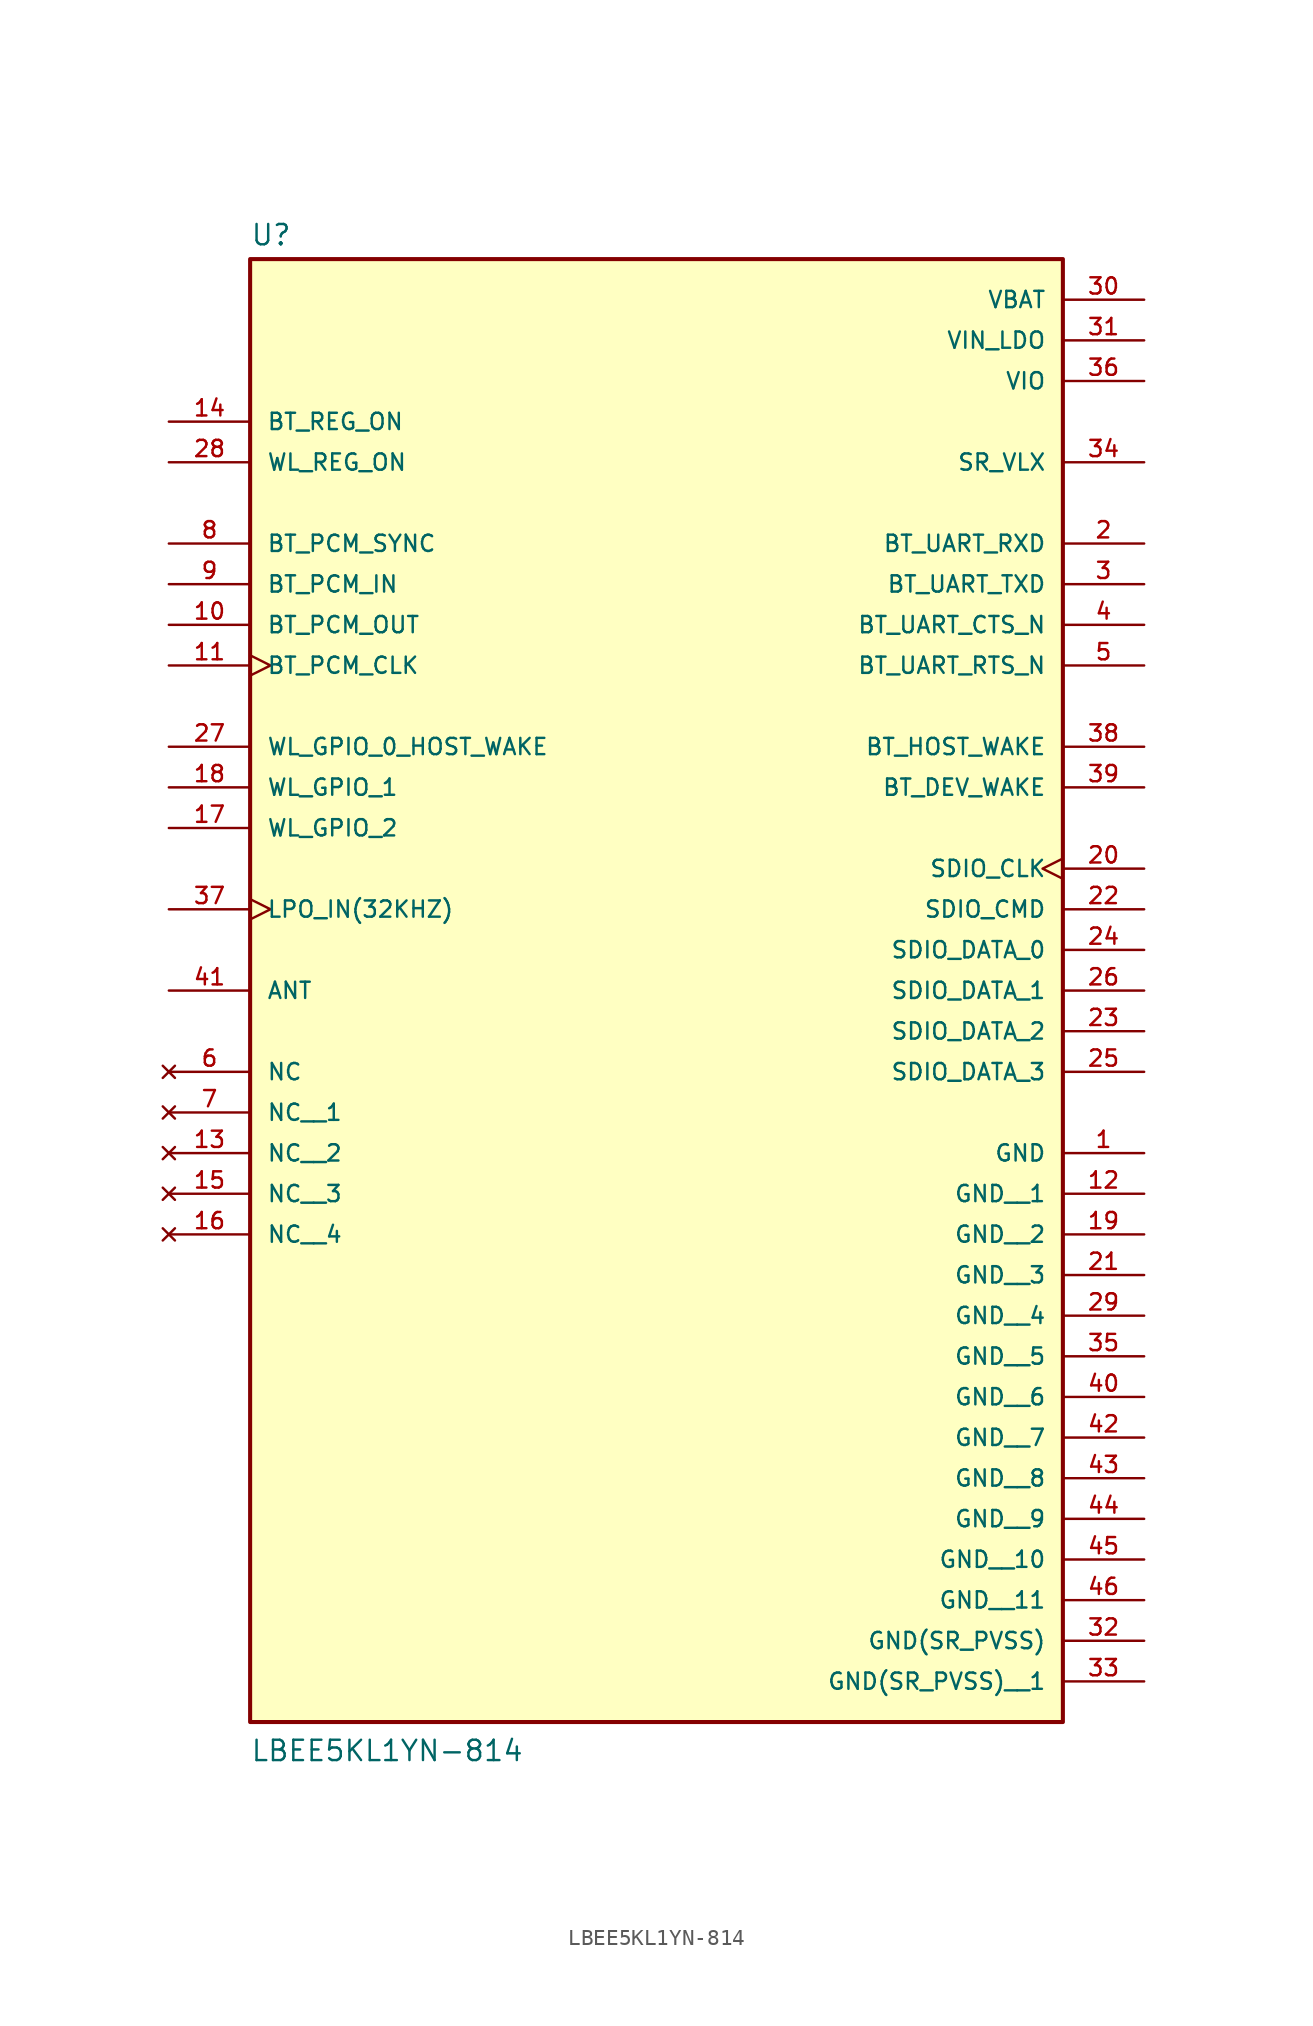
<source format=kicad_sym>
(kicad_symbol_lib
  (version 20211014)
  (generator kicad_symbol_editor)
  (symbol "LBEE5KL1YN-814"
    (pin_names
      (offset 1.016))
    (property "Reference" "U"
      (at -25.4 31.242 0)
      (effects (font (size 1.27 1.27)) (justify bottom left)))
    (property "Value" "LBEE5KL1YN-814"
      (at -25.4 -63.5 0)
      (effects (font (size 1.27 1.27)) (justify bottom left)))
    (symbol "LBEE5KL1YN-814_0_0"
      (rectangle (start -25.4 -60.96) (end 25.4 30.48) (stroke (width 0.254)) (fill (type background)))
      (pin power_in line (at 30.48 -25.4 180.0) (length 5.08) (name "GND" (effects (font (size 1.016 1.016)))) (number "1" (effects (font (size 1.016 1.016)))))
      (pin input line (at 30.48 12.7 180.0) (length 5.08) (name "BT_UART_RXD" (effects (font (size 1.016 1.016)))) (number "2" (effects (font (size 1.016 1.016)))))
      (pin output line (at 30.48 10.16 180.0) (length 5.08) (name "BT_UART_TXD" (effects (font (size 1.016 1.016)))) (number "3" (effects (font (size 1.016 1.016)))))
      (pin input line (at 30.48 7.62 180.0) (length 5.08) (name "BT_UART_CTS_N" (effects (font (size 1.016 1.016)))) (number "4" (effects (font (size 1.016 1.016)))))
      (pin no_connect line (at -30.48 -20.32 0) (length 5.08) (name "NC" (effects (font (size 1.016 1.016)))) (number "6" (effects (font (size 1.016 1.016)))))
      (pin output line (at 30.48 5.08 180.0) (length 5.08) (name "BT_UART_RTS_N" (effects (font (size 1.016 1.016)))) (number "5" (effects (font (size 1.016 1.016)))))
      (pin bidirectional line (at -30.48 12.7 0) (length 5.08) (name "BT_PCM_SYNC" (effects (font (size 1.016 1.016)))) (number "8" (effects (font (size 1.016 1.016)))))
      (pin input line (at -30.48 10.16 0) (length 5.08) (name "BT_PCM_IN" (effects (font (size 1.016 1.016)))) (number "9" (effects (font (size 1.016 1.016)))))
      (pin output line (at -30.48 7.62 0) (length 5.08) (name "BT_PCM_OUT" (effects (font (size 1.016 1.016)))) (number "10" (effects (font (size 1.016 1.016)))))
      (pin bidirectional clock (at -30.48 5.08 0) (length 5.08) (name "BT_PCM_CLK" (effects (font (size 1.016 1.016)))) (number "11" (effects (font (size 1.016 1.016)))))
      (pin input line (at -30.48 20.32 0) (length 5.08) (name "BT_REG_ON" (effects (font (size 1.016 1.016)))) (number "14" (effects (font (size 1.016 1.016)))))
      (pin bidirectional line (at -30.48 -5.08 0) (length 5.08) (name "WL_GPIO_2" (effects (font (size 1.016 1.016)))) (number "17" (effects (font (size 1.016 1.016)))))
      (pin bidirectional line (at -30.48 -2.54 0) (length 5.08) (name "WL_GPIO_1" (effects (font (size 1.016 1.016)))) (number "18" (effects (font (size 1.016 1.016)))))
      (pin input clock (at 30.48 -7.62 180.0) (length 5.08) (name "SDIO_CLK" (effects (font (size 1.016 1.016)))) (number "20" (effects (font (size 1.016 1.016)))))
      (pin bidirectional line (at 30.48 -17.78 180.0) (length 5.08) (name "SDIO_DATA_2" (effects (font (size 1.016 1.016)))) (number "23" (effects (font (size 1.016 1.016)))))
      (pin bidirectional line (at 30.48 -10.16 180.0) (length 5.08) (name "SDIO_CMD" (effects (font (size 1.016 1.016)))) (number "22" (effects (font (size 1.016 1.016)))))
      (pin bidirectional line (at 30.48 -12.7 180.0) (length 5.08) (name "SDIO_DATA_0" (effects (font (size 1.016 1.016)))) (number "24" (effects (font (size 1.016 1.016)))))
      (pin bidirectional line (at 30.48 -20.32 180.0) (length 5.08) (name "SDIO_DATA_3" (effects (font (size 1.016 1.016)))) (number "25" (effects (font (size 1.016 1.016)))))
      (pin bidirectional line (at 30.48 -15.24 180.0) (length 5.08) (name "SDIO_DATA_1" (effects (font (size 1.016 1.016)))) (number "26" (effects (font (size 1.016 1.016)))))
      (pin bidirectional line (at -30.48 0.0 0) (length 5.08) (name "WL_GPIO_0_HOST_WAKE" (effects (font (size 1.016 1.016)))) (number "27" (effects (font (size 1.016 1.016)))))
      (pin input line (at -30.48 17.78 0) (length 5.08) (name "WL_REG_ON" (effects (font (size 1.016 1.016)))) (number "28" (effects (font (size 1.016 1.016)))))
      (pin power_in line (at 30.48 27.94 180.0) (length 5.08) (name "VBAT" (effects (font (size 1.016 1.016)))) (number "30" (effects (font (size 1.016 1.016)))))
      (pin power_in line (at 30.48 25.4 180.0) (length 5.08) (name "VIN_LDO" (effects (font (size 1.016 1.016)))) (number "31" (effects (font (size 1.016 1.016)))))
      (pin power_in line (at 30.48 -55.88 180.0) (length 5.08) (name "GND(SR_PVSS)" (effects (font (size 1.016 1.016)))) (number "32" (effects (font (size 1.016 1.016)))))
      (pin power_in line (at 30.48 22.86 180.0) (length 5.08) (name "VIO" (effects (font (size 1.016 1.016)))) (number "36" (effects (font (size 1.016 1.016)))))
      (pin output line (at 30.48 17.78 180.0) (length 5.08) (name "SR_VLX" (effects (font (size 1.016 1.016)))) (number "34" (effects (font (size 1.016 1.016)))))
      (pin input clock (at -30.48 -10.16 0) (length 5.08) (name "LPO_IN(32KHZ)" (effects (font (size 1.016 1.016)))) (number "37" (effects (font (size 1.016 1.016)))))
      (pin bidirectional line (at 30.48 0.0 180.0) (length 5.08) (name "BT_HOST_WAKE" (effects (font (size 1.016 1.016)))) (number "38" (effects (font (size 1.016 1.016)))))
      (pin bidirectional line (at 30.48 -2.54 180.0) (length 5.08) (name "BT_DEV_WAKE" (effects (font (size 1.016 1.016)))) (number "39" (effects (font (size 1.016 1.016)))))
      (pin passive line (at -30.48 -15.24 0) (length 5.08) (name "ANT" (effects (font (size 1.016 1.016)))) (number "41" (effects (font (size 1.016 1.016)))))
      (pin no_connect line (at -30.48 -22.86 0) (length 5.08) (name "NC__1" (effects (font (size 1.016 1.016)))) (number "7" (effects (font (size 1.016 1.016)))))
      (pin no_connect line (at -30.48 -25.4 0) (length 5.08) (name "NC__2" (effects (font (size 1.016 1.016)))) (number "13" (effects (font (size 1.016 1.016)))))
      (pin no_connect line (at -30.48 -27.94 0) (length 5.08) (name "NC__3" (effects (font (size 1.016 1.016)))) (number "15" (effects (font (size 1.016 1.016)))))
      (pin no_connect line (at -30.48 -30.48 0) (length 5.08) (name "NC__4" (effects (font (size 1.016 1.016)))) (number "16" (effects (font (size 1.016 1.016)))))
      (pin power_in line (at 30.48 -27.94 180.0) (length 5.08) (name "GND__1" (effects (font (size 1.016 1.016)))) (number "12" (effects (font (size 1.016 1.016)))))
      (pin power_in line (at 30.48 -30.48 180.0) (length 5.08) (name "GND__2" (effects (font (size 1.016 1.016)))) (number "19" (effects (font (size 1.016 1.016)))))
      (pin power_in line (at 30.48 -33.02 180.0) (length 5.08) (name "GND__3" (effects (font (size 1.016 1.016)))) (number "21" (effects (font (size 1.016 1.016)))))
      (pin power_in line (at 30.48 -35.56 180.0) (length 5.08) (name "GND__4" (effects (font (size 1.016 1.016)))) (number "29" (effects (font (size 1.016 1.016)))))
      (pin power_in line (at 30.48 -38.1 180.0) (length 5.08) (name "GND__5" (effects (font (size 1.016 1.016)))) (number "35" (effects (font (size 1.016 1.016)))))
      (pin power_in line (at 30.48 -40.64 180.0) (length 5.08) (name "GND__6" (effects (font (size 1.016 1.016)))) (number "40" (effects (font (size 1.016 1.016)))))
      (pin power_in line (at 30.48 -43.18 180.0) (length 5.08) (name "GND__7" (effects (font (size 1.016 1.016)))) (number "42" (effects (font (size 1.016 1.016)))))
      (pin power_in line (at 30.48 -45.72 180.0) (length 5.08) (name "GND__8" (effects (font (size 1.016 1.016)))) (number "43" (effects (font (size 1.016 1.016)))))
      (pin power_in line (at 30.48 -48.26 180.0) (length 5.08) (name "GND__9" (effects (font (size 1.016 1.016)))) (number "44" (effects (font (size 1.016 1.016)))))
      (pin power_in line (at 30.48 -50.8 180.0) (length 5.08) (name "GND__10" (effects (font (size 1.016 1.016)))) (number "45" (effects (font (size 1.016 1.016)))))
      (pin power_in line (at 30.48 -53.34 180.0) (length 5.08) (name "GND__11" (effects (font (size 1.016 1.016)))) (number "46" (effects (font (size 1.016 1.016)))))
      (pin power_in line (at 30.48 -58.42 180.0) (length 5.08) (name "GND(SR_PVSS)__1" (effects (font (size 1.016 1.016)))) (number "33" (effects (font (size 1.016 1.016))))))))
</source>
